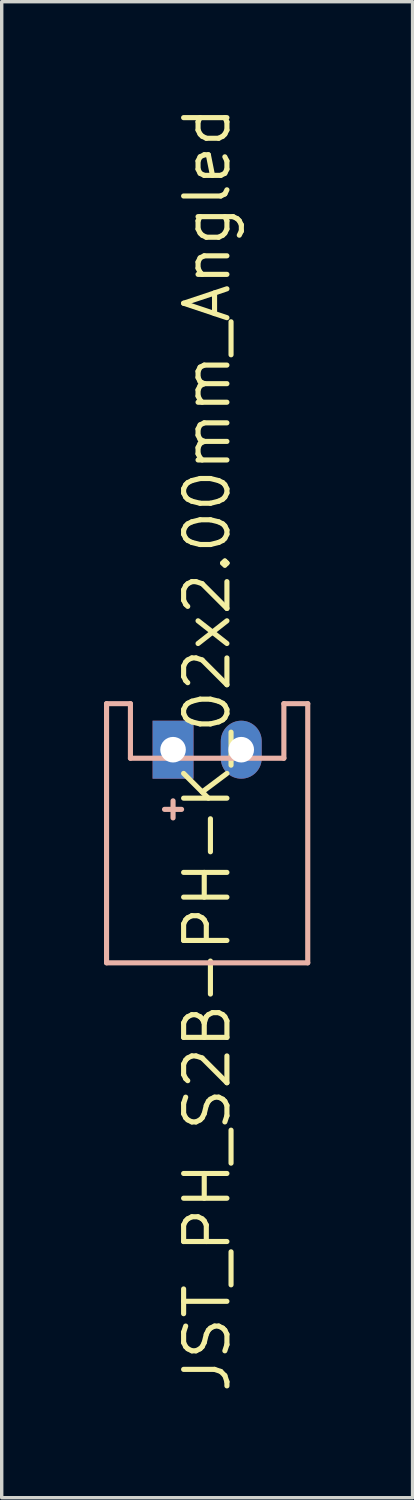
<source format=kicad_pcb>
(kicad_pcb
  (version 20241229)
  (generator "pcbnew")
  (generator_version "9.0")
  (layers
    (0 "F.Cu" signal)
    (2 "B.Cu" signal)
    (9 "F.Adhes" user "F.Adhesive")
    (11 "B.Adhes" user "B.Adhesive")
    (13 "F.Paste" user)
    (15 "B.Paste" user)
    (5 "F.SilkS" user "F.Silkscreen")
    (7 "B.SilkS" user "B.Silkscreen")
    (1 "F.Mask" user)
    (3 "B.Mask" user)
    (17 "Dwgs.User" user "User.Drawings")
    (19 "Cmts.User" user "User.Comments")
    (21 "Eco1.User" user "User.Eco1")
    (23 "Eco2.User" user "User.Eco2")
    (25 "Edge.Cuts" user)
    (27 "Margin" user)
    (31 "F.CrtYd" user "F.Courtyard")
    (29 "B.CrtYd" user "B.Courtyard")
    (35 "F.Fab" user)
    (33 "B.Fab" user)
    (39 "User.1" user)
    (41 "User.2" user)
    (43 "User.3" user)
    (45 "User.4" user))
  (footprint "JST_PH_S2B-PH-K_02x2.00mm_Angled"
    (layer "F.Cu")
    (at 3.025 18.936)
    (property "Reference" "JST_PH_S2B-PH-K_02x2.00mm_Angled" (at 0 0 270) (layer "F.SilkS") (effects (font (size 1.27 1.27) (thickness 0.15))))
    (attr through_hole)
    (fp_line (start -2.95 -1.35) (end -2.95 6.25) (stroke (width 0.15) (type solid)) (layer "B.SilkS"))
    (fp_line (start -2.95 6.25) (end 2.95 6.25) (stroke (width 0.15) (type solid)) (layer "B.SilkS"))
    (fp_line (start -2.25 -1.35) (end -2.95 -1.35) (stroke (width 0.15) (type solid)) (layer "B.SilkS"))
    (fp_line (start -2.25 0.25) (end -2.25 -1.35) (stroke (width 0.15) (type solid)) (layer "B.SilkS"))
    (fp_line (start -1.25 1.75) (end -0.75 1.75) (stroke (width 0.15) (type solid)) (layer "B.SilkS"))
    (fp_line (start -1 1.5) (end -1 2) (stroke (width 0.15) (type solid)) (layer "B.SilkS"))
    (fp_line (start 2.25 -1.35) (end 2.25 0.25) (stroke (width 0.15) (type solid)) (layer "B.SilkS"))
    (fp_line (start 2.25 0.25) (end -2.25 0.25) (stroke (width 0.15) (type solid)) (layer "B.SilkS"))
    (fp_line (start 2.95 -1.35) (end 2.25 -1.35) (stroke (width 0.15) (type solid)) (layer "B.SilkS"))
    (fp_line (start 2.95 6.25) (end 2.95 -1.35) (stroke (width 0.15) (type solid)) (layer "B.SilkS"))
    (pad "1" thru_hole rect (at -1 0) (size 1.2 1.7) (drill 0.75) (layers "*.Cu" "*.Mask"))
    (pad "2" thru_hole oval (at 1 0) (size 1.2 1.7) (drill 0.75) (layers "*.Cu" "*.Mask")))
  (gr_rect
    (start -3 -3)
    (end 9.05 40.873)
    (stroke (width 0.1) (type default))
    (fill no)
    (layer "Edge.Cuts")))
</source>
